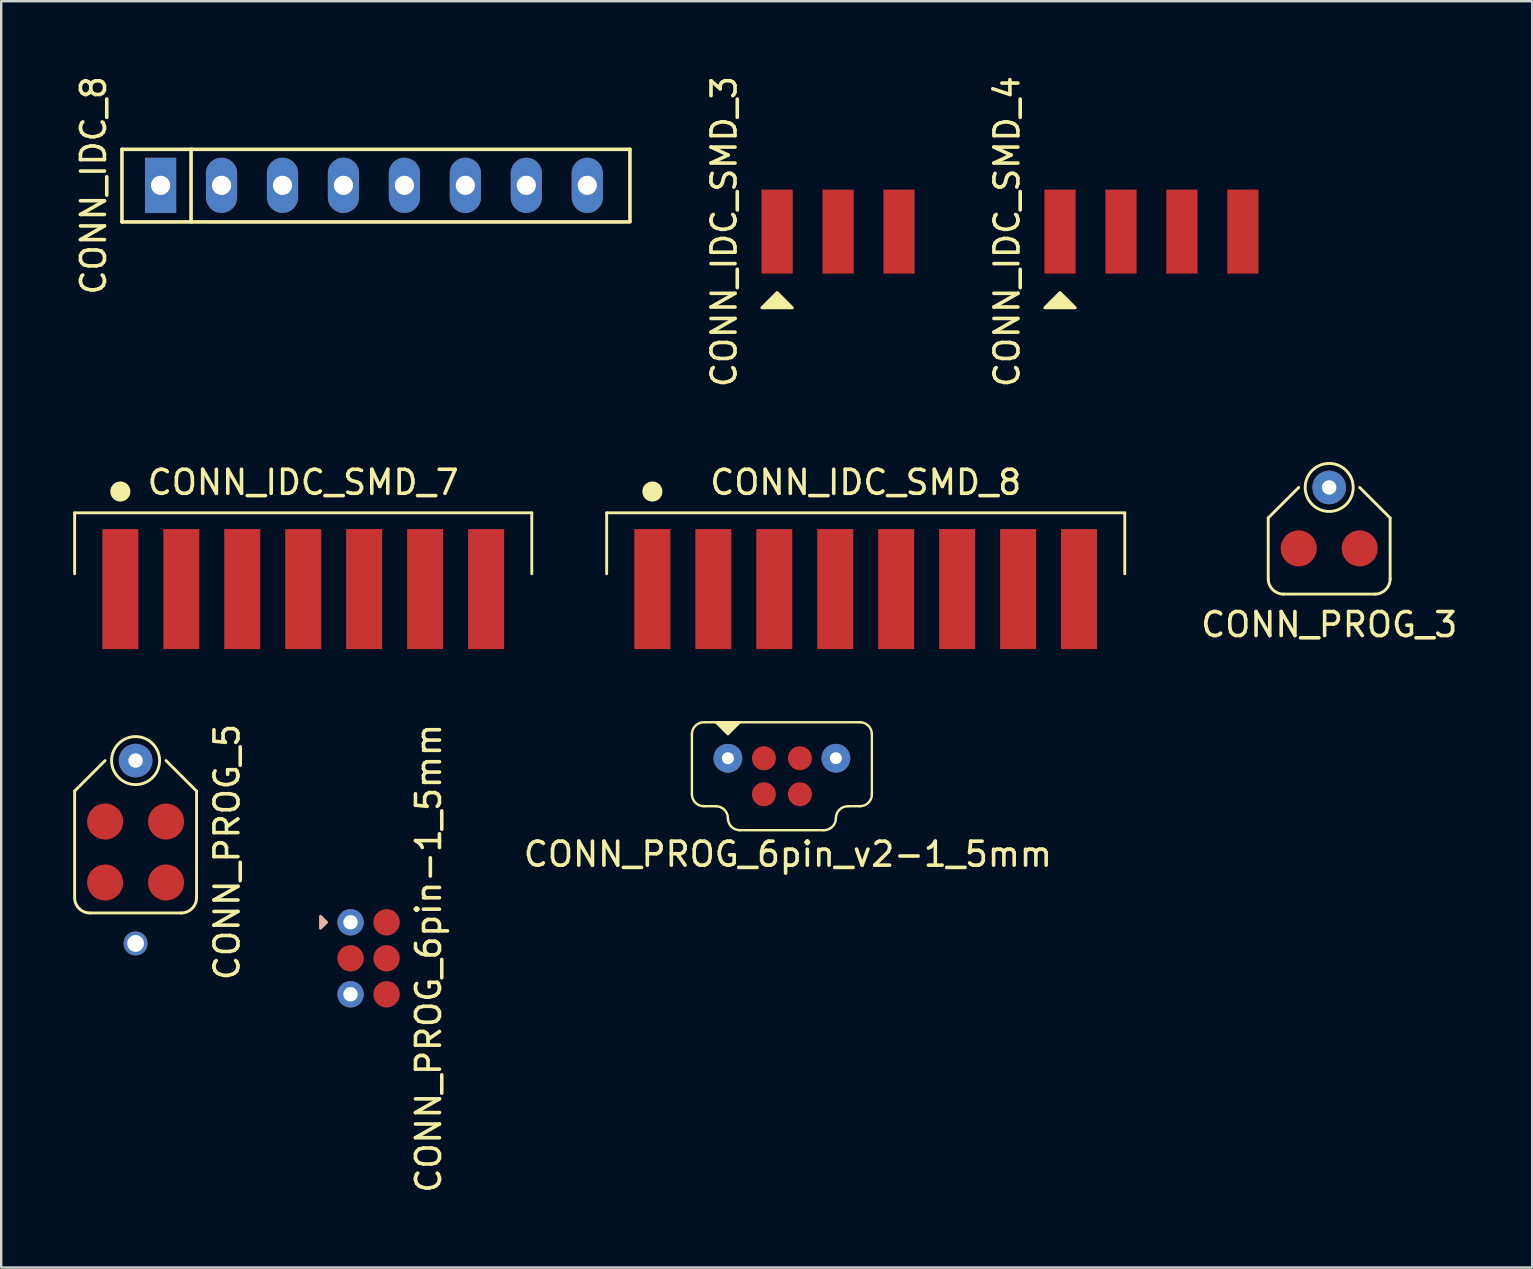
<source format=kicad_pcb>
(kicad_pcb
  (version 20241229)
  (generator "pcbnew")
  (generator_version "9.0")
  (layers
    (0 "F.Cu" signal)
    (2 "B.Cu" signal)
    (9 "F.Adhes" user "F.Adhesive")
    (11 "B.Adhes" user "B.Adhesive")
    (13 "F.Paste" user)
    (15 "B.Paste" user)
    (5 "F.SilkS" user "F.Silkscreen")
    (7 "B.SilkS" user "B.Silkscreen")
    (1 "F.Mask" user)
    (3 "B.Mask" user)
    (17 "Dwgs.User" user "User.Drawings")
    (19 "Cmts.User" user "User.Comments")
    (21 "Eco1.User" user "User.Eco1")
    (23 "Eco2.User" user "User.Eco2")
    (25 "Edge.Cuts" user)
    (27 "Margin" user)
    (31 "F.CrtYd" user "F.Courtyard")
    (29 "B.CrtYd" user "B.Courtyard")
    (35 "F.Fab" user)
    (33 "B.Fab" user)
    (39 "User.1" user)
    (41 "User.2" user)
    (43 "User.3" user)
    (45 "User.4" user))
  (footprint "CONN_IDC_SMD_8"
    (layer "F.Cu")
    (at 33.025 21.496)
    (property "Reference" "CONN_IDC_SMD_8" (at 0 -4.445 180) (layer "F.SilkS") (effects (font (size 1 1) (thickness 0.15))))
    (attr smd)
    (fp_line (start -10.795 -3.175) (end 10.795 -3.175) (stroke (width 0.12) (type solid)) (layer "F.SilkS"))
    (fp_line (start -10.795 -0.635) (end -10.795 -3.175) (stroke (width 0.12) (type solid)) (layer "F.SilkS"))
    (fp_line (start 10.795 -3.175) (end 10.795 -0.635) (stroke (width 0.12) (type solid)) (layer "F.SilkS"))
    (fp_circle (center -8.89 -4.064) (end -8.531 -4.064) (stroke (width 0.12) (type solid)) (fill yes) (layer "F.SilkS"))
    (pad "1" smd rect (at -8.89 0) (size 1.5 5) (layers "F.Cu" "F.Mask" "F.Paste"))
    (pad "2" smd rect (at -6.35 0) (size 1.5 5) (layers "F.Cu" "F.Mask" "F.Paste"))
    (pad "3" smd rect (at -3.81 0) (size 1.5 5) (layers "F.Cu" "F.Mask" "F.Paste"))
    (pad "4" smd rect (at -1.27 0) (size 1.5 5) (layers "F.Cu" "F.Mask" "F.Paste"))
    (pad "5" smd rect (at 1.27 0) (size 1.5 5) (layers "F.Cu" "F.Mask" "F.Paste"))
    (pad "6" smd rect (at 3.81 0) (size 1.5 5) (layers "F.Cu" "F.Mask" "F.Paste"))
    (pad "7" smd rect (at 6.35 0) (size 1.5 5) (layers "F.Cu" "F.Mask" "F.Paste"))
    (pad "8" smd rect (at 8.89 0) (size 1.5 5) (layers "F.Cu" "F.Mask" "F.Paste")))
  (footprint "CONN_IDC_8"
    (layer "F.Cu")
    (at 12.532 4.673)
    (property "Reference" "CONN_IDC_8" (at -11.684 0 90) (layer "F.SilkS") (effects (font (size 1 1) (thickness 0.15))))
    (attr through_hole)
    (fp_line (start -10.5 -1.5) (end 10.668 -1.5) (stroke (width 0.15) (type solid)) (layer "F.SilkS"))
    (fp_line (start -10.5 1.524) (end -10.5 -1.5) (stroke (width 0.15) (type solid)) (layer "F.SilkS"))
    (fp_line (start -7.62 -1.5) (end -7.62 1.524) (stroke (width 0.15) (type solid)) (layer "F.SilkS"))
    (fp_line (start 10.668 -1.5) (end 10.668 1.5) (stroke (width 0.15) (type solid)) (layer "F.SilkS"))
    (fp_line (start 10.668 1.524) (end -10.5 1.524) (stroke (width 0.15) (type solid)) (layer "F.SilkS"))
    (pad "1" thru_hole rect (at -8.89 0) (size 1.3 2.3) (drill 0.8) (layers "*.Cu" "*.Mask"))
    (pad "2" thru_hole oval (at -6.35 0) (size 1.3 2.3) (drill 0.8) (layers "*.Cu" "*.Mask"))
    (pad "3" thru_hole oval (at -3.81 0) (size 1.3 2.3) (drill 0.8) (layers "*.Cu" "*.Mask"))
    (pad "4" thru_hole oval (at -1.27 0) (size 1.3 2.3) (drill 0.8) (layers "*.Cu" "*.Mask"))
    (pad "5" thru_hole oval (at 1.27 0) (size 1.3 2.3) (drill 0.8) (layers "*.Cu" "*.Mask"))
    (pad "6" thru_hole oval (at 3.81 0) (size 1.3 2.3) (drill 0.8) (layers "*.Cu" "*.Mask"))
    (pad "7" thru_hole oval (at 6.35 0) (size 1.3 2.3) (drill 0.8) (layers "*.Cu" "*.Mask"))
    (pad "8" thru_hole oval (at 8.89 0) (size 1.3 2.3) (drill 0.8) (layers "*.Cu" "*.Mask")))
  (footprint "CONN_PROG_5"
    (layer "F.Cu")
    (at 2.6 32.454)
    (property "Reference" "CONN_PROG_5" (at 3.81 0 270) (layer "F.SilkS") (effects (font (size 1 1) (thickness 0.15))))
    (attr smd)
    (fp_line (start -2.54 -2.54) (end -2.54 1.905) (stroke (width 0.12) (type solid)) (layer "F.SilkS"))
    (fp_line (start -2.54 -2.54) (end -1.27 -3.81) (stroke (width 0.12) (type solid)) (layer "F.SilkS"))
    (fp_line (start -1.905 2.54) (end 1.905 2.54) (stroke (width 0.12) (type solid)) (layer "F.SilkS"))
    (fp_line (start 1.27 -3.81) (end 2.54 -2.54) (stroke (width 0.12) (type solid)) (layer "F.SilkS"))
    (fp_line (start 2.54 1.905) (end 2.54 -2.54) (stroke (width 0.12) (type solid)) (layer "F.SilkS"))
    (fp_arc (start -1.905 2.54) (mid -2.354013 2.354013) (end -2.54 1.905) (stroke (width 0.12) (type solid)) (layer "F.SilkS"))
    (fp_arc (start 2.54 1.905) (mid 2.354013 2.354013) (end 1.905 2.54) (stroke (width 0.12) (type solid)) (layer "F.SilkS"))
    (fp_circle (center 0 -3.81) (end 1 -3.81) (stroke (width 0.12) (type solid)) (fill no) (layer "F.SilkS"))
    (pad "" np_thru_hole circle (at 0 3.81) (size 1 1) (drill 0.7) (layers "*.Cu"))
    (pad "1" thru_hole circle (at 0 -3.81) (size 1.4 1.4) (drill 0.6) (layers "*.Cu" "*.Mask"))
    (pad "2" smd circle (at -1.27 -1.27) (size 1.5 1.5) (layers "F.Cu" "F.Mask"))
    (pad "3" smd circle (at -1.27 1.27) (size 1.5 1.5) (layers "F.Cu" "F.Mask"))
    (pad "4" smd circle (at 1.27 1.27) (size 1.5 1.5) (layers "F.Cu" "F.Mask"))
    (pad "5" smd circle (at 1.27 -1.27) (size 1.5 1.5) (layers "F.Cu" "F.Mask")))
  (footprint "CONN_PROG_6pin-1_5mm"
    (layer "F.Cu")
    (at 12.308 36.883)
    (property "Reference" "CONN_PROG_6pin-1_5mm" (at 2.5 0 270) (layer "F.SilkS") (effects (font (size 1 1) (thickness 0.15))))
    (attr smd)
    (fp_poly (pts (xy -1.75 -1.5) (xy -2 -1.75) (xy -2 -1.25)) (stroke (width 0.1) (type solid)) (fill yes) (layer "F.SilkS"))
    (fp_poly (pts (xy -2 -1.75) (xy -1.75 -1.5) (xy -2 -1.25)) (stroke (width 0.1) (type solid)) (fill yes) (layer "B.SilkS"))
    (pad "1" thru_hole circle (at -0.75 -1.5) (size 1.1 1.1) (drill 0.6) (layers "*.Cu" "*.Mask"))
    (pad "2" smd circle (at -0.75 0) (size 1.1 1.1) (layers "F.Cu" "F.Mask" "F.Paste"))
    (pad "3" thru_hole circle (at -0.75 1.5) (size 1.1 1.1) (drill 0.6) (layers "*.Cu" "*.Mask"))
    (pad "4" smd circle (at 0.75 1.5) (size 1.1 1.1) (layers "F.Cu" "F.Mask" "F.Paste"))
    (pad "5" smd circle (at 0.75 0) (size 1.1 1.1) (layers "F.Cu" "F.Mask" "F.Paste"))
    (pad "6" smd circle (at 0.75 -1.5) (size 1.1 1.1) (layers "F.Cu" "F.Mask" "F.Paste")))
  (footprint "CONN_IDC_SMD_7"
    (layer "F.Cu")
    (at 9.585 21.496)
    (property "Reference" "CONN_IDC_SMD_7" (at 0 -4.445 180) (layer "F.SilkS") (effects (font (size 1 1) (thickness 0.15))))
    (attr smd)
    (fp_line (start -9.525 -3.175) (end 9.525 -3.175) (stroke (width 0.12) (type solid)) (layer "F.SilkS"))
    (fp_line (start -9.525 -0.635) (end -9.525 -3.175) (stroke (width 0.12) (type solid)) (layer "F.SilkS"))
    (fp_line (start 9.525 -3.175) (end 9.525 -0.635) (stroke (width 0.12) (type solid)) (layer "F.SilkS"))
    (fp_circle (center -7.62 -4.064) (end -7.261 -4.064) (stroke (width 0.12) (type solid)) (fill yes) (layer "F.SilkS"))
    (pad "1" smd rect (at -7.62 0) (size 1.5 5) (layers "F.Cu" "F.Mask" "F.Paste"))
    (pad "2" smd rect (at -5.08 0) (size 1.5 5) (layers "F.Cu" "F.Mask" "F.Paste"))
    (pad "3" smd rect (at -2.54 0) (size 1.5 5) (layers "F.Cu" "F.Mask" "F.Paste"))
    (pad "4" smd rect (at 0 0) (size 1.5 5) (layers "F.Cu" "F.Mask" "F.Paste"))
    (pad "5" smd rect (at 2.54 0) (size 1.5 5) (layers "F.Cu" "F.Mask" "F.Paste"))
    (pad "6" smd rect (at 5.08 0) (size 1.5 5) (layers "F.Cu" "F.Mask" "F.Paste"))
    (pad "7" smd rect (at 7.62 0) (size 1.5 5) (layers "F.Cu" "F.Mask" "F.Paste")))
  (footprint "CONN_PROG_3"
    (layer "F.Cu")
    (at 52.338 21.072)
    (property "Reference" "CONN_PROG_3" (at 0 1.905 0) (layer "F.SilkS") (effects (font (size 1 1) (thickness 0.15))))
    (attr smd)
    (fp_line (start -2.54 -2.54) (end -2.54 0) (stroke (width 0.12) (type solid)) (layer "F.SilkS"))
    (fp_line (start -2.54 -2.54) (end -1.27 -3.81) (stroke (width 0.12) (type solid)) (layer "F.SilkS"))
    (fp_line (start -1.905 0.635) (end 1.905 0.635) (stroke (width 0.12) (type solid)) (layer "F.SilkS"))
    (fp_line (start 1.27 -3.81) (end 2.54 -2.54) (stroke (width 0.12) (type solid)) (layer "F.SilkS"))
    (fp_line (start 2.54 0) (end 2.54 -2.54) (stroke (width 0.12) (type solid)) (layer "F.SilkS"))
    (fp_arc (start -1.905 0.635) (mid -2.354013 0.449013) (end -2.54 0) (stroke (width 0.12) (type solid)) (layer "F.SilkS"))
    (fp_arc (start 2.54 0) (mid 2.354013 0.449013) (end 1.905 0.635) (stroke (width 0.12) (type solid)) (layer "F.SilkS"))
    (fp_circle (center 0 -3.81) (end 1 -3.81) (stroke (width 0.12) (type solid)) (fill no) (layer "F.SilkS"))
    (pad "1" thru_hole circle (at 0 -3.81) (size 1.4 1.4) (drill 0.6) (layers "*.Cu" "*.Mask"))
    (pad "2" smd circle (at -1.27 -1.27) (size 1.5 1.5) (layers "F.Cu" "F.Mask"))
    (pad "3" smd circle (at 1.27 -1.27) (size 1.5 1.5) (layers "F.Cu" "F.Mask")))
  (footprint "CONN_PROG_6pin_v2-1_5mm"
    (layer "F.Cu")
    (at 29.782 28.546)
    (property "Reference" "CONN_PROG_6pin_v2-1_5mm" (at 0 4 0) (layer "F.SilkS") (effects (font (size 1 1) (thickness 0.15))))
    (attr smd)
    (fp_line (start -4 1.5) (end -4 -1) (stroke (width 0.1) (type default)) (layer "F.SilkS"))
    (fp_line (start -3.5 -1.5) (end 3 -1.5) (stroke (width 0.1) (type default)) (layer "F.SilkS"))
    (fp_line (start -3.5 2) (end -3 2) (stroke (width 0.1) (type default)) (layer "F.SilkS"))
    (fp_line (start 1.5 3) (end -2 3) (stroke (width 0.1) (type default)) (layer "F.SilkS"))
    (fp_line (start 2.5 2) (end 3 2) (stroke (width 0.1) (type default)) (layer "F.SilkS"))
    (fp_line (start 3.5 -1) (end 3.5 1.5) (stroke (width 0.1) (type default)) (layer "F.SilkS"))
    (fp_arc (start -4.000001 -1.000001) (mid -3.853554 -1.353554) (end -3.500001 -1.500001) (stroke (width 0.1) (type default)) (layer "F.SilkS"))
    (fp_arc (start -3.500001 2.000001) (mid -3.853554 1.853554) (end -4.000001 1.500001) (stroke (width 0.1) (type default)) (layer "F.SilkS"))
    (fp_arc (start -2.999999 1.999998) (mid -2.646446 2.146445) (end -2.499999 2.499998) (stroke (width 0.1) (type default)) (layer "F.SilkS"))
    (fp_arc (start -2.000001 3) (mid -2.353554 2.853553) (end -2.500001 2.5) (stroke (width 0.1) (type default)) (layer "F.SilkS"))
    (fp_arc (start 2 2.5) (mid 1.853553 2.853553) (end 1.5 3) (stroke (width 0.1) (type default)) (layer "F.SilkS"))
    (fp_arc (start 2 2.5) (mid 2.146447 2.146447) (end 2.5 2) (stroke (width 0.1) (type default)) (layer "F.SilkS"))
    (fp_arc (start 3 -1.5) (mid 3.353553 -1.353553) (end 3.5 -1) (stroke (width 0.1) (type default)) (layer "F.SilkS"))
    (fp_arc (start 3.5 1.5) (mid 3.353553 1.853553) (end 3 2) (stroke (width 0.1) (type default)) (layer "F.SilkS"))
    (fp_poly (pts (xy -2.5 -1) (xy -2 -1.5) (xy -3 -1.5)) (stroke (width 0.1) (type solid)) (fill yes) (layer "F.SilkS"))
    (pad "1" thru_hole circle (at -2.5 0) (size 1.2 1.2) (drill 0.5) (layers "*.Cu" "*.Mask"))
    (pad "2" smd circle (at -1 0) (size 1 1) (layers "F.Cu" "F.Mask"))
    (pad "3" smd circle (at 0.5 0) (size 1 1) (layers "F.Cu" "F.Mask"))
    (pad "4" thru_hole circle (at 2 0) (size 1.2 1.2) (drill 0.5) (layers "*.Cu" "*.Mask"))
    (pad "5" smd circle (at -1 1.5) (size 1 1) (layers "F.Cu" "F.Mask"))
    (pad "6" smd circle (at 0.5 1.5) (size 1 1) (layers "F.Cu" "F.Mask")))
  (footprint "CONN_IDC_SMD_3"
    (layer "F.Cu")
    (at 31.873 6.601)
    (property "Reference" "CONN_IDC_SMD_3" (at -4.75 0 90) (layer "F.SilkS") (effects (font (size 1 1) (thickness 0.15))))
    (attr smd)
    (fp_poly (pts (xy -1.905 3.175) (xy -3.175 3.175) (xy -2.54 2.54)) (stroke (width 0.12) (type solid)) (fill yes) (layer "F.SilkS"))
    (pad "1" smd rect (at -2.54 0) (size 1.3 3.5) (layers "F.Cu" "F.Mask" "F.Paste"))
    (pad "2" smd rect (at 0 0) (size 1.3 3.5) (layers "F.Cu" "F.Mask" "F.Paste"))
    (pad "3" smd rect (at 2.54 0) (size 1.3 3.5) (layers "F.Cu" "F.Mask" "F.Paste")))
  (footprint "CONN_IDC_SMD_4"
    (layer "F.Cu")
    (at 44.932 6.601)
    (property "Reference" "CONN_IDC_SMD_4" (at -6.02 0 90) (layer "F.SilkS") (effects (font (size 1 1) (thickness 0.15))))
    (attr smd)
    (fp_poly (pts (xy -3.175 3.175) (xy -4.445 3.175) (xy -3.81 2.54)) (stroke (width 0.12) (type solid)) (fill yes) (layer "F.SilkS"))
    (pad "1" smd rect (at -3.81 0) (size 1.3 3.5) (layers "F.Cu" "F.Mask" "F.Paste"))
    (pad "2" smd rect (at -1.27 0) (size 1.3 3.5) (layers "F.Cu" "F.Mask" "F.Paste"))
    (pad "3" smd rect (at 1.27 0) (size 1.3 3.5) (layers "F.Cu" "F.Mask" "F.Paste"))
    (pad "4" smd rect (at 3.81 0) (size 1.3 3.5) (layers "F.Cu" "F.Mask" "F.Paste")))
  (gr_rect
    (start -3 -3)
    (end 60.797 49.769)
    (stroke (width 0.1) (type default))
    (fill no)
    (layer "Edge.Cuts")))
</source>
